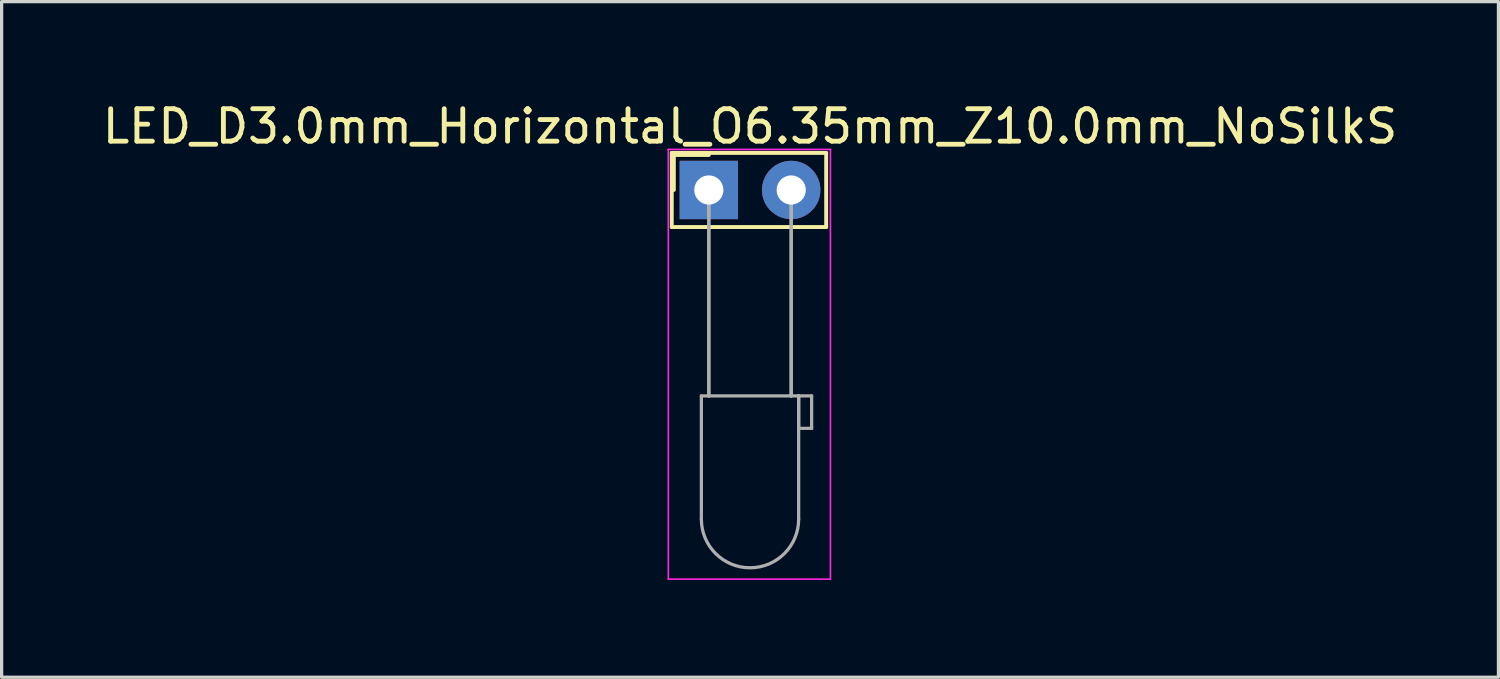
<source format=kicad_pcb>
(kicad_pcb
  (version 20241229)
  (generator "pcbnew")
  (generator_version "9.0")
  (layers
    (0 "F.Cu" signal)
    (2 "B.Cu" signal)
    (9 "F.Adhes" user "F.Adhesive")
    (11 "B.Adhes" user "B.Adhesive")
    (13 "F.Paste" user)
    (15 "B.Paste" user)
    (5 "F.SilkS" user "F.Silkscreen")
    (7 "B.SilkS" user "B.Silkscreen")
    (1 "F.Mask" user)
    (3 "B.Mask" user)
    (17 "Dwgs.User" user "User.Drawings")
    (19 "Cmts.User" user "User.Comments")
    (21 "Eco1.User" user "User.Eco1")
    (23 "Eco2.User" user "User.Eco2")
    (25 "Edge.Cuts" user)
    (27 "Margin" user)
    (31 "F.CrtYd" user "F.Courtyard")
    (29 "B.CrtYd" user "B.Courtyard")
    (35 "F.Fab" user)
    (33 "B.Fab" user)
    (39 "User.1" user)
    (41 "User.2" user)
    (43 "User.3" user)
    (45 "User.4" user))
  (footprint "LED_D3.0mm_Horizontal_O6.35mm_Z10.0mm_NoSilkS"
    (layer "F.Cu")
    (at 18.807 2.808)
    (property "Reference" "LED_D3.0mm_Horizontal_O6.35mm_Z10.0mm_NoSilkS" (at 1.27 -1.96 0) (layer "F.SilkS") (effects (font (size 1 1) (thickness 0.15))))
    (attr through_hole)
    (fp_line (start -1.143 -1.143) (end 3.619 -1.143) (stroke (width 0.12) (type solid)) (layer "F.SilkS"))
    (fp_line (start -1.143 1.143) (end -1.143 -1.143) (stroke (width 0.12) (type solid)) (layer "F.SilkS"))
    (fp_line (start -1.079 -1.079) (end -1.079 0) (stroke (width 0.12) (type solid)) (layer "F.SilkS"))
    (fp_line (start -1.079 -1.079) (end 0 -1.079) (stroke (width 0.12) (type solid)) (layer "F.SilkS"))
    (fp_line (start 3.619 -1.143) (end 3.619 1.143) (stroke (width 0.12) (type solid)) (layer "F.SilkS"))
    (fp_line (start 3.619 1.143) (end -1.143 1.143) (stroke (width 0.12) (type solid)) (layer "F.SilkS"))
    (fp_line (start -1.25 -1.25) (end -1.25 12) (stroke (width 0.05) (type solid)) (layer "F.CrtYd"))
    (fp_line (start -1.25 12) (end 3.75 12) (stroke (width 0.05) (type solid)) (layer "F.CrtYd"))
    (fp_line (start 3.75 -1.25) (end -1.25 -1.25) (stroke (width 0.05) (type solid)) (layer "F.CrtYd"))
    (fp_line (start 3.75 12) (end 3.75 -1.25) (stroke (width 0.05) (type solid)) (layer "F.CrtYd"))
    (fp_line (start -0.23 6.35) (end -0.23 10.15) (stroke (width 0.1) (type solid)) (layer "F.Fab"))
    (fp_line (start -0.23 6.35) (end 2.77 6.35) (stroke (width 0.1) (type solid)) (layer "F.Fab"))
    (fp_line (start 0 0) (end 0 0) (stroke (width 0.1) (type solid)) (layer "F.Fab"))
    (fp_line (start 0 0) (end 0 6.35) (stroke (width 0.1) (type solid)) (layer "F.Fab"))
    (fp_line (start 0 6.35) (end 0 0) (stroke (width 0.1) (type solid)) (layer "F.Fab"))
    (fp_line (start 0 6.35) (end 0 6.35) (stroke (width 0.1) (type solid)) (layer "F.Fab"))
    (fp_line (start 2.54 0) (end 2.54 0) (stroke (width 0.1) (type solid)) (layer "F.Fab"))
    (fp_line (start 2.54 0) (end 2.54 6.35) (stroke (width 0.1) (type solid)) (layer "F.Fab"))
    (fp_line (start 2.54 6.35) (end 2.54 0) (stroke (width 0.1) (type solid)) (layer "F.Fab"))
    (fp_line (start 2.54 6.35) (end 2.54 6.35) (stroke (width 0.1) (type solid)) (layer "F.Fab"))
    (fp_line (start 2.77 6.35) (end 2.77 10.15) (stroke (width 0.1) (type solid)) (layer "F.Fab"))
    (fp_line (start 2.77 6.35) (end 3.17 6.35) (stroke (width 0.1) (type solid)) (layer "F.Fab"))
    (fp_line (start 2.77 7.35) (end 2.77 6.35) (stroke (width 0.1) (type solid)) (layer "F.Fab"))
    (fp_line (start 3.17 6.35) (end 3.17 7.35) (stroke (width 0.1) (type solid)) (layer "F.Fab"))
    (fp_line (start 3.17 7.35) (end 2.77 7.35) (stroke (width 0.1) (type solid)) (layer "F.Fab"))
    (fp_arc (start 2.77 10.15) (mid 1.27 11.65) (end -0.23 10.15) (stroke (width 0.1) (type solid)) (layer "F.Fab"))
    (pad "1" thru_hole rect (at 0 0) (size 1.8 1.8) (drill 0.9) (layers "*.Cu" "*.Mask"))
    (pad "2" thru_hole circle (at 2.54 0) (size 1.8 1.8) (drill 0.9) (layers "*.Cu" "*.Mask")))
  (gr_rect
    (start -3 -3)
    (end 43.155 17.833)
    (stroke (width 0.1) (type default))
    (fill no)
    (layer "Edge.Cuts")))
</source>
